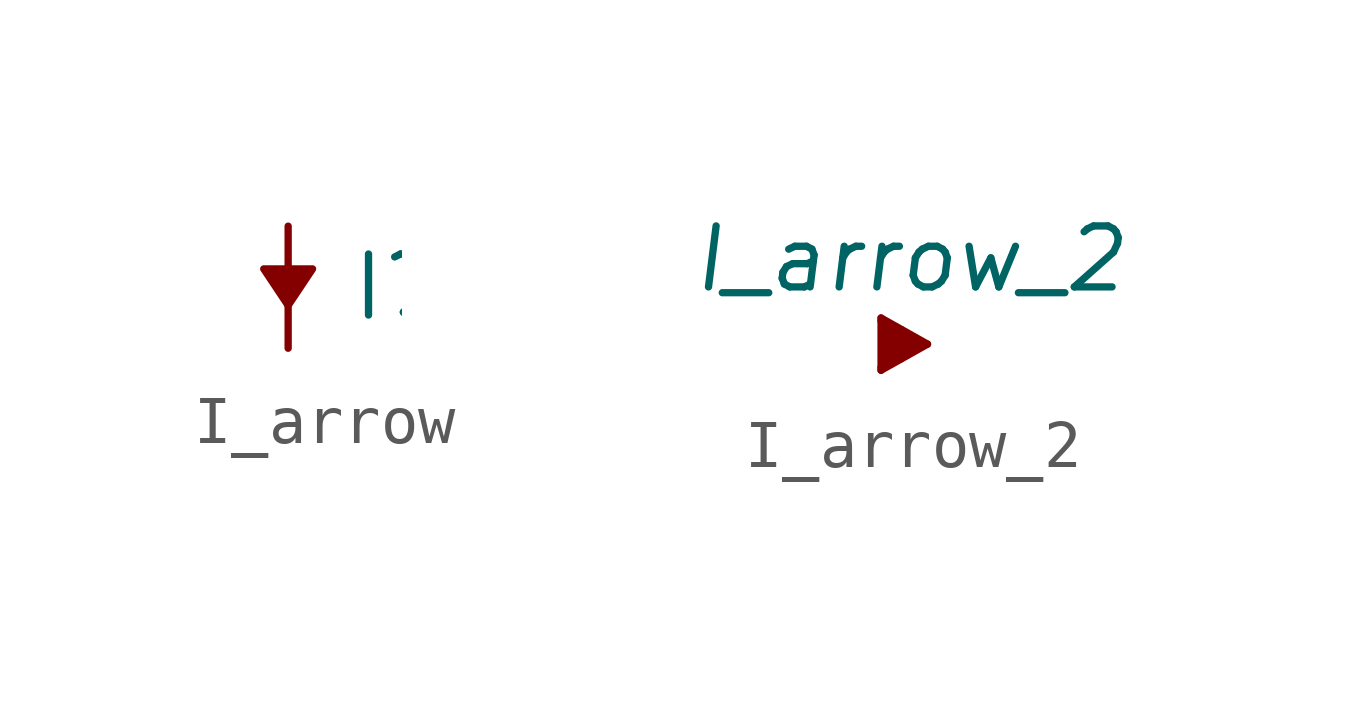
<source format=kicad_sym>
(kicad_symbol_lib
  (version 20220914)
  (generator kicad_symbol_editor)
  (symbol "I_arrow"
    (power)
    (pin_numbers hide)
    (pin_names
      (offset 0) hide)
    (property "Reference" "I"
      (at 1.27 0 0)
      (do_not_autoplace)
      (effects (font (size 1.27 1.27)) (justify left)))
    (symbol "I_arrow_0_0"
      (polyline (pts (xy 0.508 0.381) (xy 0 -0.381) (xy -0.508 0.381) (xy 0.508 0.381)) (stroke (width 0.152) (type default)) (fill (type outline))))
    (symbol "I_arrow_1_1"
      (pin input line (at 0 -1.27 90) (length 1.27) (name "" (effects (font (size 1.27 1.27)))) (number "" (effects (font (size 1.27 1.27)))))
      (pin input line (at 0 1.27 270) (length 1.27) (name "" (effects (font (size 1.27 1.27)))) (number "" (effects (font (size 1.27 1.27)))))))
  (symbol "I_arrow_2"
    (pin_numbers hide)
    (pin_names hide)
    (property "Reference" "I"
      (at 0 2.794 0)
      (effects (font (size 1.27 1.27)) (justify top) hide))
    (property "Value" "I_arrow_2"
      (at 0.254 1.778 0)
      (effects (font (size 1.27 1.27) italic)))
    (symbol "I_arrow_2_0_0"
      (text "▶" (at 0.152 0.102 0) (effects (font (size 1.27 1.27)))))))
</source>
